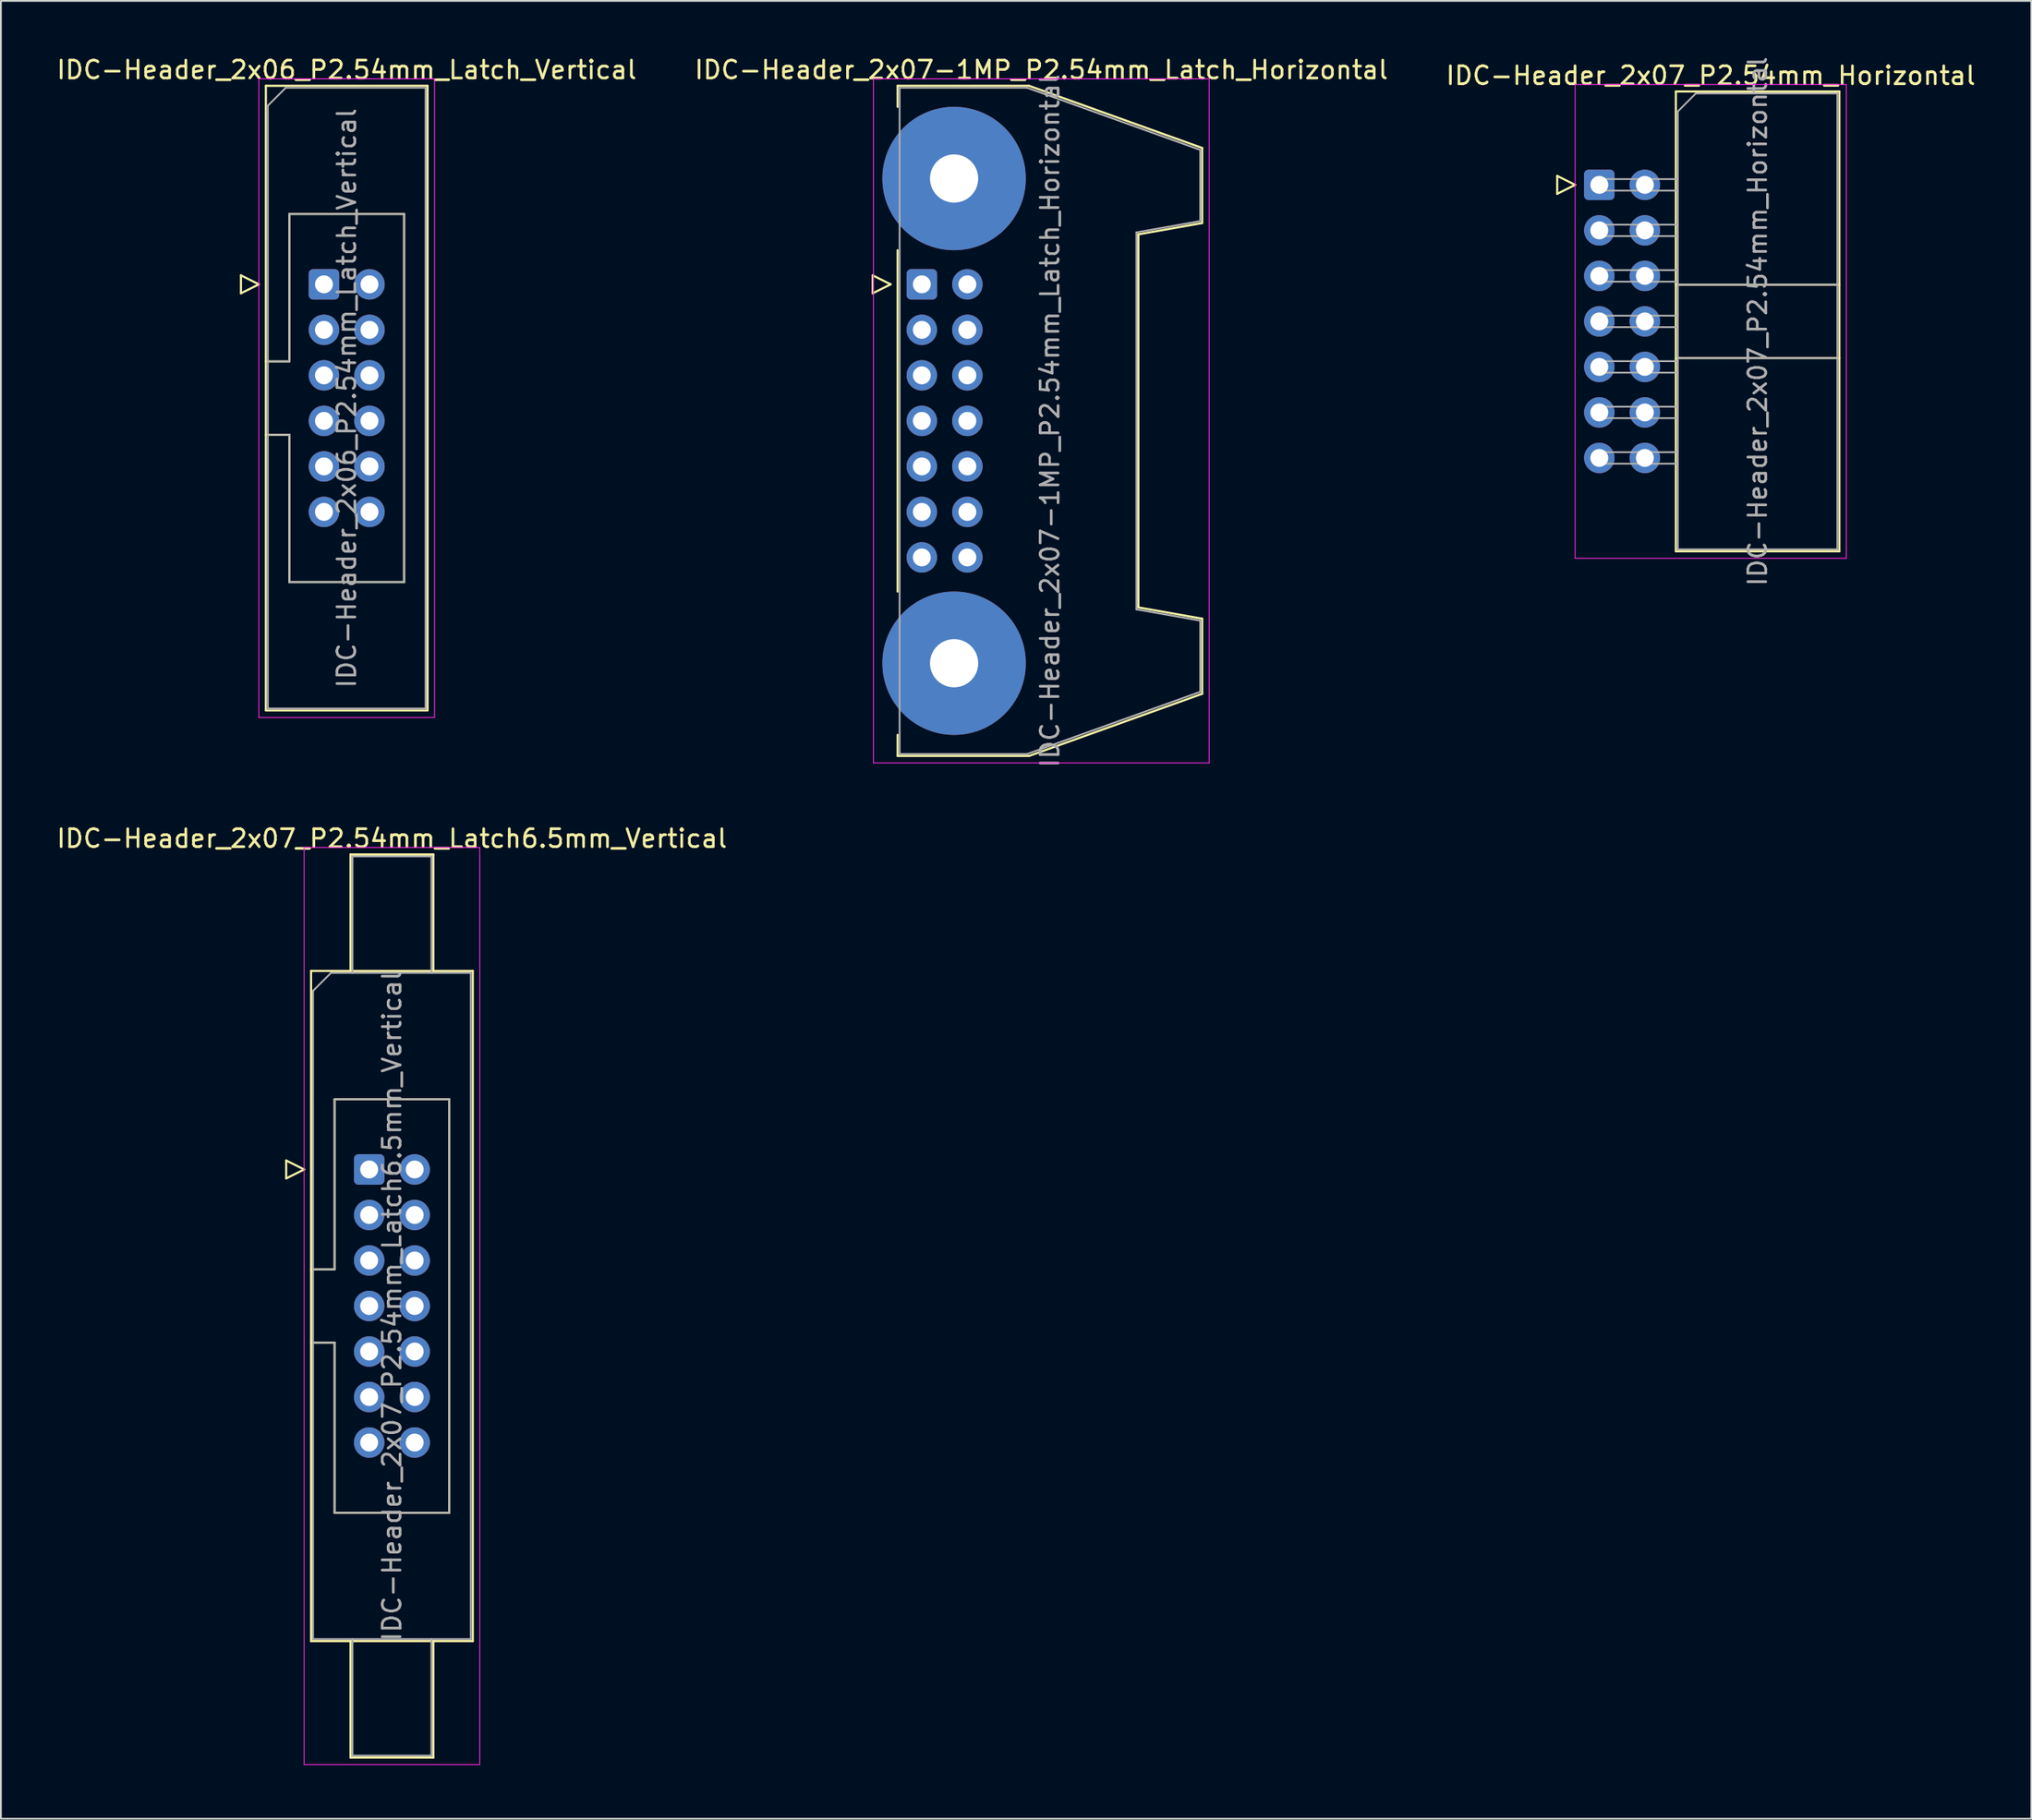
<source format=kicad_pcb>
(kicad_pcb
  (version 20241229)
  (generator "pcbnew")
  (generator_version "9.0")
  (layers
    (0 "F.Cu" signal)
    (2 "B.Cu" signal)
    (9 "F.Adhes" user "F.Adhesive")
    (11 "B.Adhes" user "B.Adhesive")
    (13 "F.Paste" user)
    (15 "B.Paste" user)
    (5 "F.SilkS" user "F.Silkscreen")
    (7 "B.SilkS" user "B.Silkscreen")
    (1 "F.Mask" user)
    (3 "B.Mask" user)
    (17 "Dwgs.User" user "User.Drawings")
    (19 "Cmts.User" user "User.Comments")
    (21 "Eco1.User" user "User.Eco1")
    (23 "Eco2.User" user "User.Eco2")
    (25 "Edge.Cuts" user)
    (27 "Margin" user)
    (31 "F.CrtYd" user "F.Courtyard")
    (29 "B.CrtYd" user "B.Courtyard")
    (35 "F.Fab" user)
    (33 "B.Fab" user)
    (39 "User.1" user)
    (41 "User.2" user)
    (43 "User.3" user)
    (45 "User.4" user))
  (footprint "IDC-Header_2x07_P2.54mm_Latch6.5mm_Vertical"
    (layer "F.Cu")
    (at 17.545 62.215)
    (property "Reference" "IDC-Header_2x07_P2.54mm_Latch6.5mm_Vertical" (at 1.27 -18.47 0) (layer "F.SilkS") (effects (font (size 1 1) (thickness 0.15))))
    (attr through_hole)
    (fp_line (start -4.63 -0.5) (end -4.63 0.5) (stroke (width 0.12) (type solid)) (layer "F.SilkS"))
    (fp_line (start -4.63 0.5) (end -3.63 0) (stroke (width 0.12) (type solid)) (layer "F.SilkS"))
    (fp_line (start -3.63 0) (end -4.63 -0.5) (stroke (width 0.12) (type solid)) (layer "F.SilkS"))
    (fp_line (start -3.24 -11.08) (end 5.78 -11.08) (stroke (width 0.12) (type solid)) (layer "F.SilkS"))
    (fp_line (start -3.24 5.57) (end -1.93 5.57) (stroke (width 0.12) (type solid)) (layer "F.SilkS"))
    (fp_line (start -3.24 26.32) (end -3.24 -11.08) (stroke (width 0.12) (type solid)) (layer "F.SilkS"))
    (fp_line (start -1.93 -3.92) (end 4.47 -3.92) (stroke (width 0.12) (type solid)) (layer "F.SilkS"))
    (fp_line (start -1.93 5.57) (end -1.93 -3.92) (stroke (width 0.12) (type solid)) (layer "F.SilkS"))
    (fp_line (start -1.93 9.67) (end -3.24 9.67) (stroke (width 0.12) (type solid)) (layer "F.SilkS"))
    (fp_line (start -1.93 9.67) (end -1.93 9.67) (stroke (width 0.12) (type solid)) (layer "F.SilkS"))
    (fp_line (start -1.93 19.16) (end -1.93 9.67) (stroke (width 0.12) (type solid)) (layer "F.SilkS"))
    (fp_line (start -1.04 -17.58) (end 3.58 -17.58) (stroke (width 0.12) (type solid)) (layer "F.SilkS"))
    (fp_line (start -1.04 -11.08) (end -1.04 -17.58) (stroke (width 0.12) (type solid)) (layer "F.SilkS"))
    (fp_line (start -1.04 26.32) (end -1.04 32.82) (stroke (width 0.12) (type solid)) (layer "F.SilkS"))
    (fp_line (start -1.04 32.82) (end 3.58 32.82) (stroke (width 0.12) (type solid)) (layer "F.SilkS"))
    (fp_line (start 3.58 -17.58) (end 3.58 -11.08) (stroke (width 0.12) (type solid)) (layer "F.SilkS"))
    (fp_line (start 3.58 32.82) (end 3.58 26.32) (stroke (width 0.12) (type solid)) (layer "F.SilkS"))
    (fp_line (start 4.47 -3.92) (end 4.47 19.16) (stroke (width 0.12) (type solid)) (layer "F.SilkS"))
    (fp_line (start 4.47 19.16) (end -1.93 19.16) (stroke (width 0.12) (type solid)) (layer "F.SilkS"))
    (fp_line (start 5.78 -11.08) (end 5.78 26.32) (stroke (width 0.12) (type solid)) (layer "F.SilkS"))
    (fp_line (start 5.78 26.32) (end -3.24 26.32) (stroke (width 0.12) (type solid)) (layer "F.SilkS"))
    (fp_line (start -3.63 -17.97) (end -3.63 33.21) (stroke (width 0.05) (type solid)) (layer "F.CrtYd"))
    (fp_line (start -3.63 33.21) (end 6.17 33.21) (stroke (width 0.05) (type solid)) (layer "F.CrtYd"))
    (fp_line (start 6.17 -17.97) (end -3.63 -17.97) (stroke (width 0.05) (type solid)) (layer "F.CrtYd"))
    (fp_line (start 6.17 33.21) (end 6.17 -17.97) (stroke (width 0.05) (type solid)) (layer "F.CrtYd"))
    (fp_line (start -3.13 -9.97) (end -2.13 -10.97) (stroke (width 0.1) (type solid)) (layer "F.Fab"))
    (fp_line (start -3.13 5.57) (end -1.93 5.57) (stroke (width 0.1) (type solid)) (layer "F.Fab"))
    (fp_line (start -3.13 26.21) (end -3.13 -9.97) (stroke (width 0.1) (type solid)) (layer "F.Fab"))
    (fp_line (start -2.13 -10.97) (end 5.67 -10.97) (stroke (width 0.1) (type solid)) (layer "F.Fab"))
    (fp_line (start -1.93 -3.92) (end 4.47 -3.92) (stroke (width 0.1) (type solid)) (layer "F.Fab"))
    (fp_line (start -1.93 5.57) (end -1.93 -3.92) (stroke (width 0.1) (type solid)) (layer "F.Fab"))
    (fp_line (start -1.93 9.67) (end -3.13 9.67) (stroke (width 0.1) (type solid)) (layer "F.Fab"))
    (fp_line (start -1.93 9.67) (end -1.93 9.67) (stroke (width 0.1) (type solid)) (layer "F.Fab"))
    (fp_line (start -1.93 19.16) (end -1.93 9.67) (stroke (width 0.1) (type solid)) (layer "F.Fab"))
    (fp_line (start -0.93 -17.47) (end 3.47 -17.47) (stroke (width 0.1) (type solid)) (layer "F.Fab"))
    (fp_line (start -0.93 -10.97) (end -0.93 -17.47) (stroke (width 0.1) (type solid)) (layer "F.Fab"))
    (fp_line (start -0.93 26.21) (end -0.93 32.71) (stroke (width 0.1) (type solid)) (layer "F.Fab"))
    (fp_line (start -0.93 32.71) (end 3.47 32.71) (stroke (width 0.1) (type solid)) (layer "F.Fab"))
    (fp_line (start 3.47 -17.47) (end 3.47 -10.97) (stroke (width 0.1) (type solid)) (layer "F.Fab"))
    (fp_line (start 3.47 32.71) (end 3.47 26.21) (stroke (width 0.1) (type solid)) (layer "F.Fab"))
    (fp_line (start 4.47 -3.92) (end 4.47 19.16) (stroke (width 0.1) (type solid)) (layer "F.Fab"))
    (fp_line (start 4.47 19.16) (end -1.93 19.16) (stroke (width 0.1) (type solid)) (layer "F.Fab"))
    (fp_line (start 5.67 -10.97) (end 5.67 26.21) (stroke (width 0.1) (type solid)) (layer "F.Fab"))
    (fp_line (start 5.67 26.21) (end -3.13 26.21) (stroke (width 0.1) (type solid)) (layer "F.Fab"))
    (fp_text user "${REFERENCE}" (at 1.27 7.62 90) (layer "F.Fab") (effects (font (size 1 1) (thickness 0.15))))
    (pad "1" thru_hole roundrect (at 0 0) (size 1.7 1.7) (drill 1) (layers "*.Cu" "*.Mask") (roundrect_rratio 0.147))
    (pad "2" thru_hole circle (at 2.54 0) (size 1.7 1.7) (drill 1) (layers "*.Cu" "*.Mask"))
    (pad "3" thru_hole circle (at 0 2.54) (size 1.7 1.7) (drill 1) (layers "*.Cu" "*.Mask"))
    (pad "4" thru_hole circle (at 2.54 2.54) (size 1.7 1.7) (drill 1) (layers "*.Cu" "*.Mask"))
    (pad "5" thru_hole circle (at 0 5.08) (size 1.7 1.7) (drill 1) (layers "*.Cu" "*.Mask"))
    (pad "6" thru_hole circle (at 2.54 5.08) (size 1.7 1.7) (drill 1) (layers "*.Cu" "*.Mask"))
    (pad "7" thru_hole circle (at 0 7.62) (size 1.7 1.7) (drill 1) (layers "*.Cu" "*.Mask"))
    (pad "8" thru_hole circle (at 2.54 7.62) (size 1.7 1.7) (drill 1) (layers "*.Cu" "*.Mask"))
    (pad "9" thru_hole circle (at 0 10.16) (size 1.7 1.7) (drill 1) (layers "*.Cu" "*.Mask"))
    (pad "10" thru_hole circle (at 2.54 10.16) (size 1.7 1.7) (drill 1) (layers "*.Cu" "*.Mask"))
    (pad "11" thru_hole circle (at 0 12.7) (size 1.7 1.7) (drill 1) (layers "*.Cu" "*.Mask"))
    (pad "12" thru_hole circle (at 2.54 12.7) (size 1.7 1.7) (drill 1) (layers "*.Cu" "*.Mask"))
    (pad "13" thru_hole circle (at 0 15.24) (size 1.7 1.7) (drill 1) (layers "*.Cu" "*.Mask"))
    (pad "14" thru_hole circle (at 2.54 15.24) (size 1.7 1.7) (drill 1) (layers "*.Cu" "*.Mask")))
  (footprint "IDC-Header_2x06_P2.54mm_Latch_Vertical"
    (layer "F.Cu")
    (at 15.022 12.818)
    (property "Reference" "IDC-Header_2x06_P2.54mm_Latch_Vertical" (at 1.27 -11.97 0) (layer "F.SilkS") (effects (font (size 1 1) (thickness 0.15))))
    (attr through_hole)
    (fp_line (start -4.63 -0.5) (end -4.63 0.5) (stroke (width 0.12) (type solid)) (layer "F.SilkS"))
    (fp_line (start -4.63 0.5) (end -3.63 0) (stroke (width 0.12) (type solid)) (layer "F.SilkS"))
    (fp_line (start -3.63 0) (end -4.63 -0.5) (stroke (width 0.12) (type solid)) (layer "F.SilkS"))
    (fp_line (start -3.24 -11.08) (end 5.78 -11.08) (stroke (width 0.12) (type solid)) (layer "F.SilkS"))
    (fp_line (start -3.24 4.3) (end -1.93 4.3) (stroke (width 0.12) (type solid)) (layer "F.SilkS"))
    (fp_line (start -3.24 23.78) (end -3.24 -11.08) (stroke (width 0.12) (type solid)) (layer "F.SilkS"))
    (fp_line (start -1.93 -3.92) (end 4.47 -3.92) (stroke (width 0.12) (type solid)) (layer "F.SilkS"))
    (fp_line (start -1.93 4.3) (end -1.93 -3.92) (stroke (width 0.12) (type solid)) (layer "F.SilkS"))
    (fp_line (start -1.93 8.4) (end -3.24 8.4) (stroke (width 0.12) (type solid)) (layer "F.SilkS"))
    (fp_line (start -1.93 8.4) (end -1.93 8.4) (stroke (width 0.12) (type solid)) (layer "F.SilkS"))
    (fp_line (start -1.93 16.62) (end -1.93 8.4) (stroke (width 0.12) (type solid)) (layer "F.SilkS"))
    (fp_line (start 4.47 -3.92) (end 4.47 16.62) (stroke (width 0.12) (type solid)) (layer "F.SilkS"))
    (fp_line (start 4.47 16.62) (end -1.93 16.62) (stroke (width 0.12) (type solid)) (layer "F.SilkS"))
    (fp_line (start 5.78 -11.08) (end 5.78 23.78) (stroke (width 0.12) (type solid)) (layer "F.SilkS"))
    (fp_line (start 5.78 23.78) (end -3.24 23.78) (stroke (width 0.12) (type solid)) (layer "F.SilkS"))
    (fp_line (start -3.63 -11.47) (end -3.63 24.17) (stroke (width 0.05) (type solid)) (layer "F.CrtYd"))
    (fp_line (start -3.63 24.17) (end 6.17 24.17) (stroke (width 0.05) (type solid)) (layer "F.CrtYd"))
    (fp_line (start 6.17 -11.47) (end -3.63 -11.47) (stroke (width 0.05) (type solid)) (layer "F.CrtYd"))
    (fp_line (start 6.17 24.17) (end 6.17 -11.47) (stroke (width 0.05) (type solid)) (layer "F.CrtYd"))
    (fp_line (start -3.13 -9.97) (end -2.13 -10.97) (stroke (width 0.1) (type solid)) (layer "F.Fab"))
    (fp_line (start -3.13 4.3) (end -1.93 4.3) (stroke (width 0.1) (type solid)) (layer "F.Fab"))
    (fp_line (start -3.13 23.67) (end -3.13 -9.97) (stroke (width 0.1) (type solid)) (layer "F.Fab"))
    (fp_line (start -2.13 -10.97) (end 5.67 -10.97) (stroke (width 0.1) (type solid)) (layer "F.Fab"))
    (fp_line (start -1.93 -3.92) (end 4.47 -3.92) (stroke (width 0.1) (type solid)) (layer "F.Fab"))
    (fp_line (start -1.93 4.3) (end -1.93 -3.92) (stroke (width 0.1) (type solid)) (layer "F.Fab"))
    (fp_line (start -1.93 8.4) (end -3.13 8.4) (stroke (width 0.1) (type solid)) (layer "F.Fab"))
    (fp_line (start -1.93 8.4) (end -1.93 8.4) (stroke (width 0.1) (type solid)) (layer "F.Fab"))
    (fp_line (start -1.93 16.62) (end -1.93 8.4) (stroke (width 0.1) (type solid)) (layer "F.Fab"))
    (fp_line (start 4.47 -3.92) (end 4.47 16.62) (stroke (width 0.1) (type solid)) (layer "F.Fab"))
    (fp_line (start 4.47 16.62) (end -1.93 16.62) (stroke (width 0.1) (type solid)) (layer "F.Fab"))
    (fp_line (start 5.67 -10.97) (end 5.67 23.67) (stroke (width 0.1) (type solid)) (layer "F.Fab"))
    (fp_line (start 5.67 23.67) (end -3.13 23.67) (stroke (width 0.1) (type solid)) (layer "F.Fab"))
    (fp_text user "${REFERENCE}" (at 1.27 6.35 90) (layer "F.Fab") (effects (font (size 1 1) (thickness 0.15))))
    (pad "1" thru_hole roundrect (at 0 0) (size 1.7 1.7) (drill 1) (layers "*.Cu" "*.Mask") (roundrect_rratio 0.147))
    (pad "2" thru_hole circle (at 2.54 0) (size 1.7 1.7) (drill 1) (layers "*.Cu" "*.Mask"))
    (pad "3" thru_hole circle (at 0 2.54) (size 1.7 1.7) (drill 1) (layers "*.Cu" "*.Mask"))
    (pad "4" thru_hole circle (at 2.54 2.54) (size 1.7 1.7) (drill 1) (layers "*.Cu" "*.Mask"))
    (pad "5" thru_hole circle (at 0 5.08) (size 1.7 1.7) (drill 1) (layers "*.Cu" "*.Mask"))
    (pad "6" thru_hole circle (at 2.54 5.08) (size 1.7 1.7) (drill 1) (layers "*.Cu" "*.Mask"))
    (pad "7" thru_hole circle (at 0 7.62) (size 1.7 1.7) (drill 1) (layers "*.Cu" "*.Mask"))
    (pad "8" thru_hole circle (at 2.54 7.62) (size 1.7 1.7) (drill 1) (layers "*.Cu" "*.Mask"))
    (pad "9" thru_hole circle (at 0 10.16) (size 1.7 1.7) (drill 1) (layers "*.Cu" "*.Mask"))
    (pad "10" thru_hole circle (at 2.54 10.16) (size 1.7 1.7) (drill 1) (layers "*.Cu" "*.Mask"))
    (pad "11" thru_hole circle (at 0 12.7) (size 1.7 1.7) (drill 1) (layers "*.Cu" "*.Mask"))
    (pad "12" thru_hole circle (at 2.54 12.7) (size 1.7 1.7) (drill 1) (layers "*.Cu" "*.Mask")))
  (footprint "IDC-Header_2x07_P2.54mm_Horizontal"
    (layer "F.Cu")
    (at 86.172 7.267)
    (property "Reference" "IDC-Header_2x07_P2.54mm_Horizontal" (at 6.215 -6.1 0) (layer "F.SilkS") (effects (font (size 1 1) (thickness 0.15))))
    (attr through_hole)
    (fp_line (start -2.35 -0.5) (end -2.35 0.5) (stroke (width 0.12) (type solid)) (layer "F.SilkS"))
    (fp_line (start -2.35 0.5) (end -1.35 0) (stroke (width 0.12) (type solid)) (layer "F.SilkS"))
    (fp_line (start -1.35 0) (end -2.35 -0.5) (stroke (width 0.12) (type solid)) (layer "F.SilkS"))
    (fp_line (start 4.27 -5.21) (end 13.39 -5.21) (stroke (width 0.12) (type solid)) (layer "F.SilkS"))
    (fp_line (start 4.27 5.57) (end 13.39 5.57) (stroke (width 0.12) (type solid)) (layer "F.SilkS"))
    (fp_line (start 4.27 9.67) (end 13.39 9.67) (stroke (width 0.12) (type solid)) (layer "F.SilkS"))
    (fp_line (start 4.27 20.45) (end 4.27 -5.21) (stroke (width 0.12) (type solid)) (layer "F.SilkS"))
    (fp_line (start 13.39 -5.21) (end 13.39 20.45) (stroke (width 0.12) (type solid)) (layer "F.SilkS"))
    (fp_line (start 13.39 20.45) (end 4.27 20.45) (stroke (width 0.12) (type solid)) (layer "F.SilkS"))
    (fp_line (start -1.35 -5.6) (end -1.35 20.84) (stroke (width 0.05) (type solid)) (layer "F.CrtYd"))
    (fp_line (start -1.35 20.84) (end 13.78 20.84) (stroke (width 0.05) (type solid)) (layer "F.CrtYd"))
    (fp_line (start 13.78 -5.6) (end -1.35 -5.6) (stroke (width 0.05) (type solid)) (layer "F.CrtYd"))
    (fp_line (start 13.78 20.84) (end 13.78 -5.6) (stroke (width 0.05) (type solid)) (layer "F.CrtYd"))
    (fp_line (start -0.32 -0.32) (end -0.32 0.32) (stroke (width 0.1) (type solid)) (layer "F.Fab"))
    (fp_line (start -0.32 0.32) (end 4.38 0.32) (stroke (width 0.1) (type solid)) (layer "F.Fab"))
    (fp_line (start -0.32 2.22) (end -0.32 2.86) (stroke (width 0.1) (type solid)) (layer "F.Fab"))
    (fp_line (start -0.32 2.86) (end 4.38 2.86) (stroke (width 0.1) (type solid)) (layer "F.Fab"))
    (fp_line (start -0.32 4.76) (end -0.32 5.4) (stroke (width 0.1) (type solid)) (layer "F.Fab"))
    (fp_line (start -0.32 5.4) (end 4.38 5.4) (stroke (width 0.1) (type solid)) (layer "F.Fab"))
    (fp_line (start -0.32 7.3) (end -0.32 7.94) (stroke (width 0.1) (type solid)) (layer "F.Fab"))
    (fp_line (start -0.32 7.94) (end 4.38 7.94) (stroke (width 0.1) (type solid)) (layer "F.Fab"))
    (fp_line (start -0.32 9.84) (end -0.32 10.48) (stroke (width 0.1) (type solid)) (layer "F.Fab"))
    (fp_line (start -0.32 10.48) (end 4.38 10.48) (stroke (width 0.1) (type solid)) (layer "F.Fab"))
    (fp_line (start -0.32 12.38) (end -0.32 13.02) (stroke (width 0.1) (type solid)) (layer "F.Fab"))
    (fp_line (start -0.32 13.02) (end 4.38 13.02) (stroke (width 0.1) (type solid)) (layer "F.Fab"))
    (fp_line (start -0.32 14.92) (end -0.32 15.56) (stroke (width 0.1) (type solid)) (layer "F.Fab"))
    (fp_line (start -0.32 15.56) (end 4.38 15.56) (stroke (width 0.1) (type solid)) (layer "F.Fab"))
    (fp_line (start 4.38 -4.1) (end 5.38 -5.1) (stroke (width 0.1) (type solid)) (layer "F.Fab"))
    (fp_line (start 4.38 -0.32) (end -0.32 -0.32) (stroke (width 0.1) (type solid)) (layer "F.Fab"))
    (fp_line (start 4.38 2.22) (end -0.32 2.22) (stroke (width 0.1) (type solid)) (layer "F.Fab"))
    (fp_line (start 4.38 4.76) (end -0.32 4.76) (stroke (width 0.1) (type solid)) (layer "F.Fab"))
    (fp_line (start 4.38 5.57) (end 13.28 5.57) (stroke (width 0.1) (type solid)) (layer "F.Fab"))
    (fp_line (start 4.38 7.3) (end -0.32 7.3) (stroke (width 0.1) (type solid)) (layer "F.Fab"))
    (fp_line (start 4.38 9.67) (end 13.28 9.67) (stroke (width 0.1) (type solid)) (layer "F.Fab"))
    (fp_line (start 4.38 9.84) (end -0.32 9.84) (stroke (width 0.1) (type solid)) (layer "F.Fab"))
    (fp_line (start 4.38 12.38) (end -0.32 12.38) (stroke (width 0.1) (type solid)) (layer "F.Fab"))
    (fp_line (start 4.38 14.92) (end -0.32 14.92) (stroke (width 0.1) (type solid)) (layer "F.Fab"))
    (fp_line (start 4.38 20.34) (end 4.38 -4.1) (stroke (width 0.1) (type solid)) (layer "F.Fab"))
    (fp_line (start 5.38 -5.1) (end 13.28 -5.1) (stroke (width 0.1) (type solid)) (layer "F.Fab"))
    (fp_line (start 13.28 -5.1) (end 13.28 20.34) (stroke (width 0.1) (type solid)) (layer "F.Fab"))
    (fp_line (start 13.28 20.34) (end 4.38 20.34) (stroke (width 0.1) (type solid)) (layer "F.Fab"))
    (fp_text user "${REFERENCE}" (at 8.83 7.62 90) (layer "F.Fab") (effects (font (size 1 1) (thickness 0.15))))
    (pad "1" thru_hole roundrect (at 0 0) (size 1.7 1.7) (drill 1) (layers "*.Cu" "*.Mask") (roundrect_rratio 0.147))
    (pad "2" thru_hole circle (at 2.54 0) (size 1.7 1.7) (drill 1) (layers "*.Cu" "*.Mask"))
    (pad "3" thru_hole circle (at 0 2.54) (size 1.7 1.7) (drill 1) (layers "*.Cu" "*.Mask"))
    (pad "4" thru_hole circle (at 2.54 2.54) (size 1.7 1.7) (drill 1) (layers "*.Cu" "*.Mask"))
    (pad "5" thru_hole circle (at 0 5.08) (size 1.7 1.7) (drill 1) (layers "*.Cu" "*.Mask"))
    (pad "6" thru_hole circle (at 2.54 5.08) (size 1.7 1.7) (drill 1) (layers "*.Cu" "*.Mask"))
    (pad "7" thru_hole circle (at 0 7.62) (size 1.7 1.7) (drill 1) (layers "*.Cu" "*.Mask"))
    (pad "8" thru_hole circle (at 2.54 7.62) (size 1.7 1.7) (drill 1) (layers "*.Cu" "*.Mask"))
    (pad "9" thru_hole circle (at 0 10.16) (size 1.7 1.7) (drill 1) (layers "*.Cu" "*.Mask"))
    (pad "10" thru_hole circle (at 2.54 10.16) (size 1.7 1.7) (drill 1) (layers "*.Cu" "*.Mask"))
    (pad "11" thru_hole circle (at 0 12.7) (size 1.7 1.7) (drill 1) (layers "*.Cu" "*.Mask"))
    (pad "12" thru_hole circle (at 2.54 12.7) (size 1.7 1.7) (drill 1) (layers "*.Cu" "*.Mask"))
    (pad "13" thru_hole circle (at 0 15.24) (size 1.7 1.7) (drill 1) (layers "*.Cu" "*.Mask"))
    (pad "14" thru_hole circle (at 2.54 15.24) (size 1.7 1.7) (drill 1) (layers "*.Cu" "*.Mask")))
  (footprint "IDC-Header_2x07-1MP_P2.54mm_Latch_Horizontal"
    (layer "F.Cu")
    (at 48.377 12.818)
    (property "Reference" "IDC-Header_2x07-1MP_P2.54mm_Latch_Horizontal" (at 6.665 -11.97 0) (layer "F.SilkS") (effects (font (size 1 1) (thickness 0.15))))
    (attr through_hole)
    (fp_line (start -2.74 -0.5) (end -2.74 0.5) (stroke (width 0.12) (type solid)) (layer "F.SilkS"))
    (fp_line (start -2.74 0.5) (end -1.74 0) (stroke (width 0.12) (type solid)) (layer "F.SilkS"))
    (fp_line (start -1.74 0) (end -2.74 -0.5) (stroke (width 0.12) (type solid)) (layer "F.SilkS"))
    (fp_line (start -1.35 -11.08) (end -1.35 -9.905) (stroke (width 0.12) (type solid)) (layer "F.SilkS"))
    (fp_line (start -1.35 -11.08) (end 5.98 -11.08) (stroke (width 0.12) (type solid)) (layer "F.SilkS"))
    (fp_line (start -1.35 -1.905) (end -1.35 17.145) (stroke (width 0.12) (type solid)) (layer "F.SilkS"))
    (fp_line (start -1.35 25.145) (end -1.35 26.32) (stroke (width 0.12) (type solid)) (layer "F.SilkS"))
    (fp_line (start 5.98 -11.08) (end 15.64 -7.61) (stroke (width 0.12) (type solid)) (layer "F.SilkS"))
    (fp_line (start 5.98 26.32) (end -1.35 26.32) (stroke (width 0.12) (type solid)) (layer "F.SilkS"))
    (fp_line (start 12.08 -2.79) (end 12.08 18.03) (stroke (width 0.12) (type solid)) (layer "F.SilkS"))
    (fp_line (start 12.08 18.03) (end 15.64 18.66) (stroke (width 0.12) (type solid)) (layer "F.SilkS"))
    (fp_line (start 15.64 -7.61) (end 15.64 -3.42) (stroke (width 0.12) (type solid)) (layer "F.SilkS"))
    (fp_line (start 15.64 -3.42) (end 12.08 -2.79) (stroke (width 0.12) (type solid)) (layer "F.SilkS"))
    (fp_line (start 15.64 18.66) (end 15.64 22.85) (stroke (width 0.12) (type solid)) (layer "F.SilkS"))
    (fp_line (start 15.64 22.85) (end 5.98 26.32) (stroke (width 0.12) (type solid)) (layer "F.SilkS"))
    (fp_line (start -2.7 -11.47) (end -2.7 26.71) (stroke (width 0.05) (type solid)) (layer "F.CrtYd"))
    (fp_line (start -2.7 26.71) (end 16.03 26.71) (stroke (width 0.05) (type solid)) (layer "F.CrtYd"))
    (fp_line (start 16.03 -11.47) (end -2.7 -11.47) (stroke (width 0.05) (type solid)) (layer "F.CrtYd"))
    (fp_line (start 16.03 26.71) (end 16.03 -11.47) (stroke (width 0.05) (type solid)) (layer "F.CrtYd"))
    (fp_line (start -1.24 -10.97) (end 5.87 -10.97) (stroke (width 0.1) (type solid)) (layer "F.Fab"))
    (fp_line (start -1.24 26.21) (end -1.24 -10.97) (stroke (width 0.1) (type solid)) (layer "F.Fab"))
    (fp_line (start 5.87 -10.97) (end 15.53 -7.5) (stroke (width 0.1) (type solid)) (layer "F.Fab"))
    (fp_line (start 5.87 26.21) (end -1.24 26.21) (stroke (width 0.1) (type solid)) (layer "F.Fab"))
    (fp_line (start 11.97 -2.9) (end 11.97 18.14) (stroke (width 0.1) (type solid)) (layer "F.Fab"))
    (fp_line (start 11.97 18.14) (end 15.53 18.77) (stroke (width 0.1) (type solid)) (layer "F.Fab"))
    (fp_line (start 15.53 -7.5) (end 15.53 -3.53) (stroke (width 0.1) (type solid)) (layer "F.Fab"))
    (fp_line (start 15.53 -3.53) (end 11.97 -2.9) (stroke (width 0.1) (type solid)) (layer "F.Fab"))
    (fp_line (start 15.53 18.77) (end 15.53 22.74) (stroke (width 0.1) (type solid)) (layer "F.Fab"))
    (fp_line (start 15.53 22.74) (end 5.87 26.21) (stroke (width 0.1) (type solid)) (layer "F.Fab"))
    (fp_text user "${REFERENCE}" (at 7.145 7.62 90) (layer "F.Fab") (effects (font (size 1 1) (thickness 0.15))))
    (pad "1" thru_hole roundrect (at 0 0) (size 1.7 1.7) (drill 1) (layers "*.Cu" "*.Mask") (roundrect_rratio 0.147))
    (pad "2" thru_hole circle (at 2.54 0) (size 1.7 1.7) (drill 1) (layers "*.Cu" "*.Mask"))
    (pad "3" thru_hole circle (at 0 2.54) (size 1.7 1.7) (drill 1) (layers "*.Cu" "*.Mask"))
    (pad "4" thru_hole circle (at 2.54 2.54) (size 1.7 1.7) (drill 1) (layers "*.Cu" "*.Mask"))
    (pad "5" thru_hole circle (at 0 5.08) (size 1.7 1.7) (drill 1) (layers "*.Cu" "*.Mask"))
    (pad "6" thru_hole circle (at 2.54 5.08) (size 1.7 1.7) (drill 1) (layers "*.Cu" "*.Mask"))
    (pad "7" thru_hole circle (at 0 7.62) (size 1.7 1.7) (drill 1) (layers "*.Cu" "*.Mask"))
    (pad "8" thru_hole circle (at 2.54 7.62) (size 1.7 1.7) (drill 1) (layers "*.Cu" "*.Mask"))
    (pad "9" thru_hole circle (at 0 10.16) (size 1.7 1.7) (drill 1) (layers "*.Cu" "*.Mask"))
    (pad "10" thru_hole circle (at 2.54 10.16) (size 1.7 1.7) (drill 1) (layers "*.Cu" "*.Mask"))
    (pad "11" thru_hole circle (at 0 12.7) (size 1.7 1.7) (drill 1) (layers "*.Cu" "*.Mask"))
    (pad "12" thru_hole circle (at 2.54 12.7) (size 1.7 1.7) (drill 1) (layers "*.Cu" "*.Mask"))
    (pad "13" thru_hole circle (at 0 15.24) (size 1.7 1.7) (drill 1) (layers "*.Cu" "*.Mask"))
    (pad "14" thru_hole circle (at 2.54 15.24) (size 1.7 1.7) (drill 1) (layers "*.Cu" "*.Mask"))
    (pad "MP" thru_hole circle (at 1.8 -5.905) (size 8 8) (drill 2.69) (layers "*.Cu" "*.Mask"))
    (pad "MP" thru_hole circle (at 1.8 21.145) (size 8 8) (drill 2.69) (layers "*.Cu" "*.Mask")))
  (gr_rect
    (start -3 -3)
    (end 110.274 98.45)
    (stroke (width 0.1) (type default))
    (fill no)
    (layer "Edge.Cuts")))
</source>
